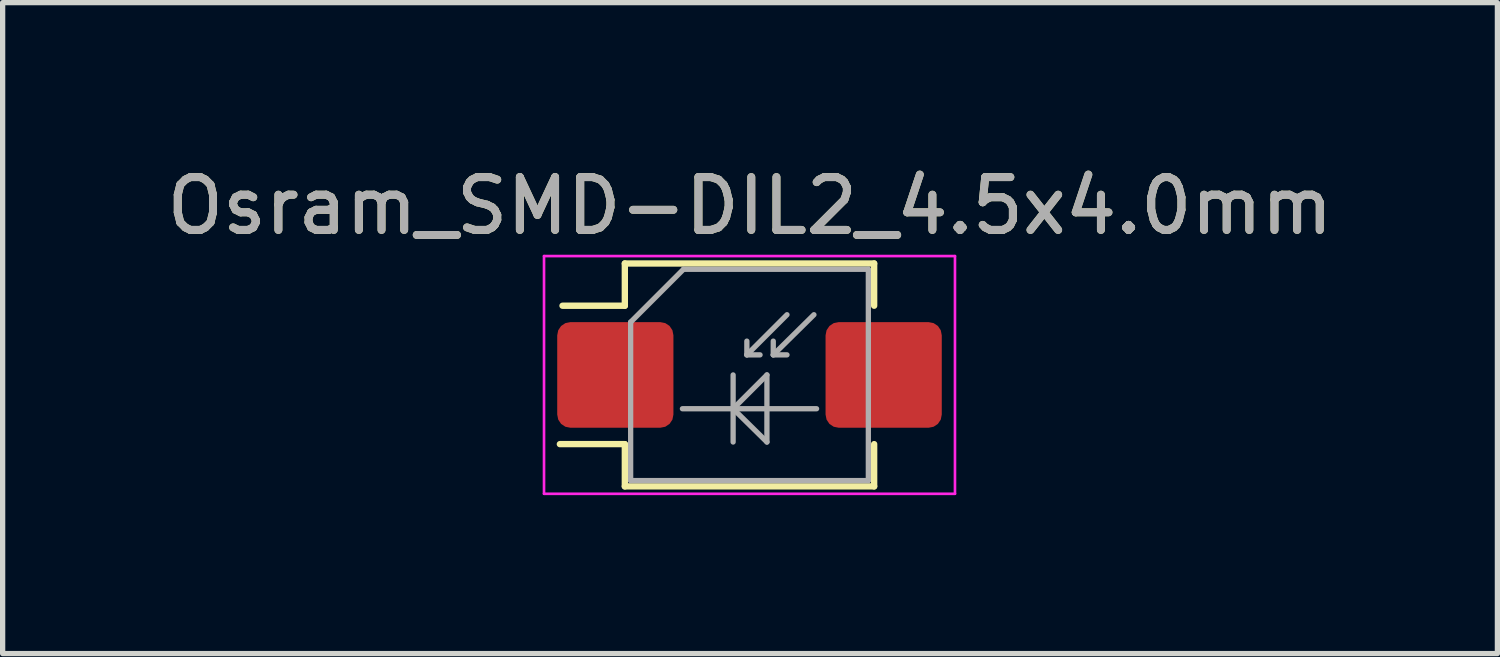
<source format=kicad_pcb>
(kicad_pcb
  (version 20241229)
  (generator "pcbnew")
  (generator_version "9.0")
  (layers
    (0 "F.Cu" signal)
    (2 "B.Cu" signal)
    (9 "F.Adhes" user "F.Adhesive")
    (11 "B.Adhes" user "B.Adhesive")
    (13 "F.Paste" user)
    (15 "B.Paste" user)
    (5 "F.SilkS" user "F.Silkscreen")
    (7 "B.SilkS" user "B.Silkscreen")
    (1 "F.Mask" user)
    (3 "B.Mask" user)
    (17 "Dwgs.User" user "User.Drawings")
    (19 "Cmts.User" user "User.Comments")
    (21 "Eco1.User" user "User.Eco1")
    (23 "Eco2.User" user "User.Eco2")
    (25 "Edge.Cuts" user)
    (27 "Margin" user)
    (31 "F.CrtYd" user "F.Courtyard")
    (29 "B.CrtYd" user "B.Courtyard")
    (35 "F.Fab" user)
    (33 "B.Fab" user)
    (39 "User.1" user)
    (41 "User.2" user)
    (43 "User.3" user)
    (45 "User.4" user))
  (footprint "Osram_SMD-DIL2_4.5x4.0mm"
    (layer "F.Cu")
    (at 11.139 4.048)
    (property "Reference" "Osram_SMD-DIL2_4.5x4.0mm" (at 0.01 -3.2 0) (layer "F.SilkS") (effects (font (size 1 1) (thickness 0.15))))
    (attr smd)
    (fp_line (start -3.59 1.31) (end -2.36 1.31) (stroke (width 0.12) (type solid)) (layer "F.SilkS"))
    (fp_line (start -2.36 -2.11) (end -2.36 -1.31) (stroke (width 0.12) (type solid)) (layer "F.SilkS"))
    (fp_line (start -2.36 -1.31) (end -3.54 -1.31) (stroke (width 0.12) (type solid)) (layer "F.SilkS"))
    (fp_line (start -2.36 1.31) (end -2.36 2.11) (stroke (width 0.12) (type solid)) (layer "F.SilkS"))
    (fp_line (start -2.36 2.11) (end 2.36 2.11) (stroke (width 0.12) (type solid)) (layer "F.SilkS"))
    (fp_line (start 2.36 -2.11) (end -2.36 -2.11) (stroke (width 0.12) (type solid)) (layer "F.SilkS"))
    (fp_line (start 2.36 -1.31) (end 2.36 -2.11) (stroke (width 0.12) (type solid)) (layer "F.SilkS"))
    (fp_line (start 2.36 2.11) (end 2.36 1.31) (stroke (width 0.12) (type solid)) (layer "F.SilkS"))
    (fp_line (start -3.89 -2.25) (end -3.89 2.25) (stroke (width 0.05) (type solid)) (layer "F.CrtYd"))
    (fp_line (start -3.89 -2.25) (end 3.89 -2.25) (stroke (width 0.05) (type solid)) (layer "F.CrtYd"))
    (fp_line (start 3.89 2.25) (end -3.89 2.25) (stroke (width 0.05) (type solid)) (layer "F.CrtYd"))
    (fp_line (start 3.89 2.25) (end 3.89 -2.25) (stroke (width 0.05) (type solid)) (layer "F.CrtYd"))
    (fp_line (start -2.25 -1) (end -2.25 2) (stroke (width 0.1) (type solid)) (layer "F.Fab"))
    (fp_line (start -2.25 -1) (end -1.25 -2) (stroke (width 0.1) (type solid)) (layer "F.Fab"))
    (fp_line (start -1.27 0.64) (end 1.27 0.64) (stroke (width 0.1) (type solid)) (layer "F.Fab"))
    (fp_line (start -1.25 -2) (end 2.25 -2) (stroke (width 0.1) (type solid)) (layer "F.Fab"))
    (fp_line (start -0.31 0) (end -0.31 1.27) (stroke (width 0.1) (type solid)) (layer "F.Fab"))
    (fp_line (start -0.31 0.64) (end 0.33 0) (stroke (width 0.1) (type solid)) (layer "F.Fab"))
    (fp_line (start -0.05 -0.38) (end -0.05 -0.64) (stroke (width 0.1) (type solid)) (layer "F.Fab"))
    (fp_line (start -0.05 -0.38) (end 0.2 -0.38) (stroke (width 0.1) (type solid)) (layer "F.Fab"))
    (fp_line (start 0.33 0) (end 0.33 1.27) (stroke (width 0.1) (type solid)) (layer "F.Fab"))
    (fp_line (start 0.33 1.27) (end -0.31 0.64) (stroke (width 0.1) (type solid)) (layer "F.Fab"))
    (fp_line (start 0.45 -0.38) (end 0.45 -0.64) (stroke (width 0.1) (type solid)) (layer "F.Fab"))
    (fp_line (start 0.45 -0.38) (end 0.71 -0.38) (stroke (width 0.1) (type solid)) (layer "F.Fab"))
    (fp_line (start 0.71 -1.14) (end -0.05 -0.38) (stroke (width 0.1) (type solid)) (layer "F.Fab"))
    (fp_line (start 1.22 -1.14) (end 0.45 -0.38) (stroke (width 0.1) (type solid)) (layer "F.Fab"))
    (fp_line (start 2.25 -2) (end 2.25 2) (stroke (width 0.1) (type solid)) (layer "F.Fab"))
    (fp_line (start 2.25 2) (end -2.25 2) (stroke (width 0.1) (type solid)) (layer "F.Fab"))
    (fp_text user "${REFERENCE}" (at 0.01 -3.2 0) (layer "F.Fab") (effects (font (size 1 1) (thickness 0.15))))
    (pad "1" smd roundrect (at -2.54 0 180) (size 2.2 2) (layers "F.Cu" "F.Mask" "F.Paste") (roundrect_rratio 0.125))
    (pad "2" smd roundrect (at 2.54 0 180) (size 2.2 2) (layers "F.Cu" "F.Mask" "F.Paste") (roundrect_rratio 0.125)))
  (gr_rect
    (start -3 -3)
    (end 25.298 9.323)
    (stroke (width 0.1) (type default))
    (fill no)
    (layer "Edge.Cuts")))
</source>
